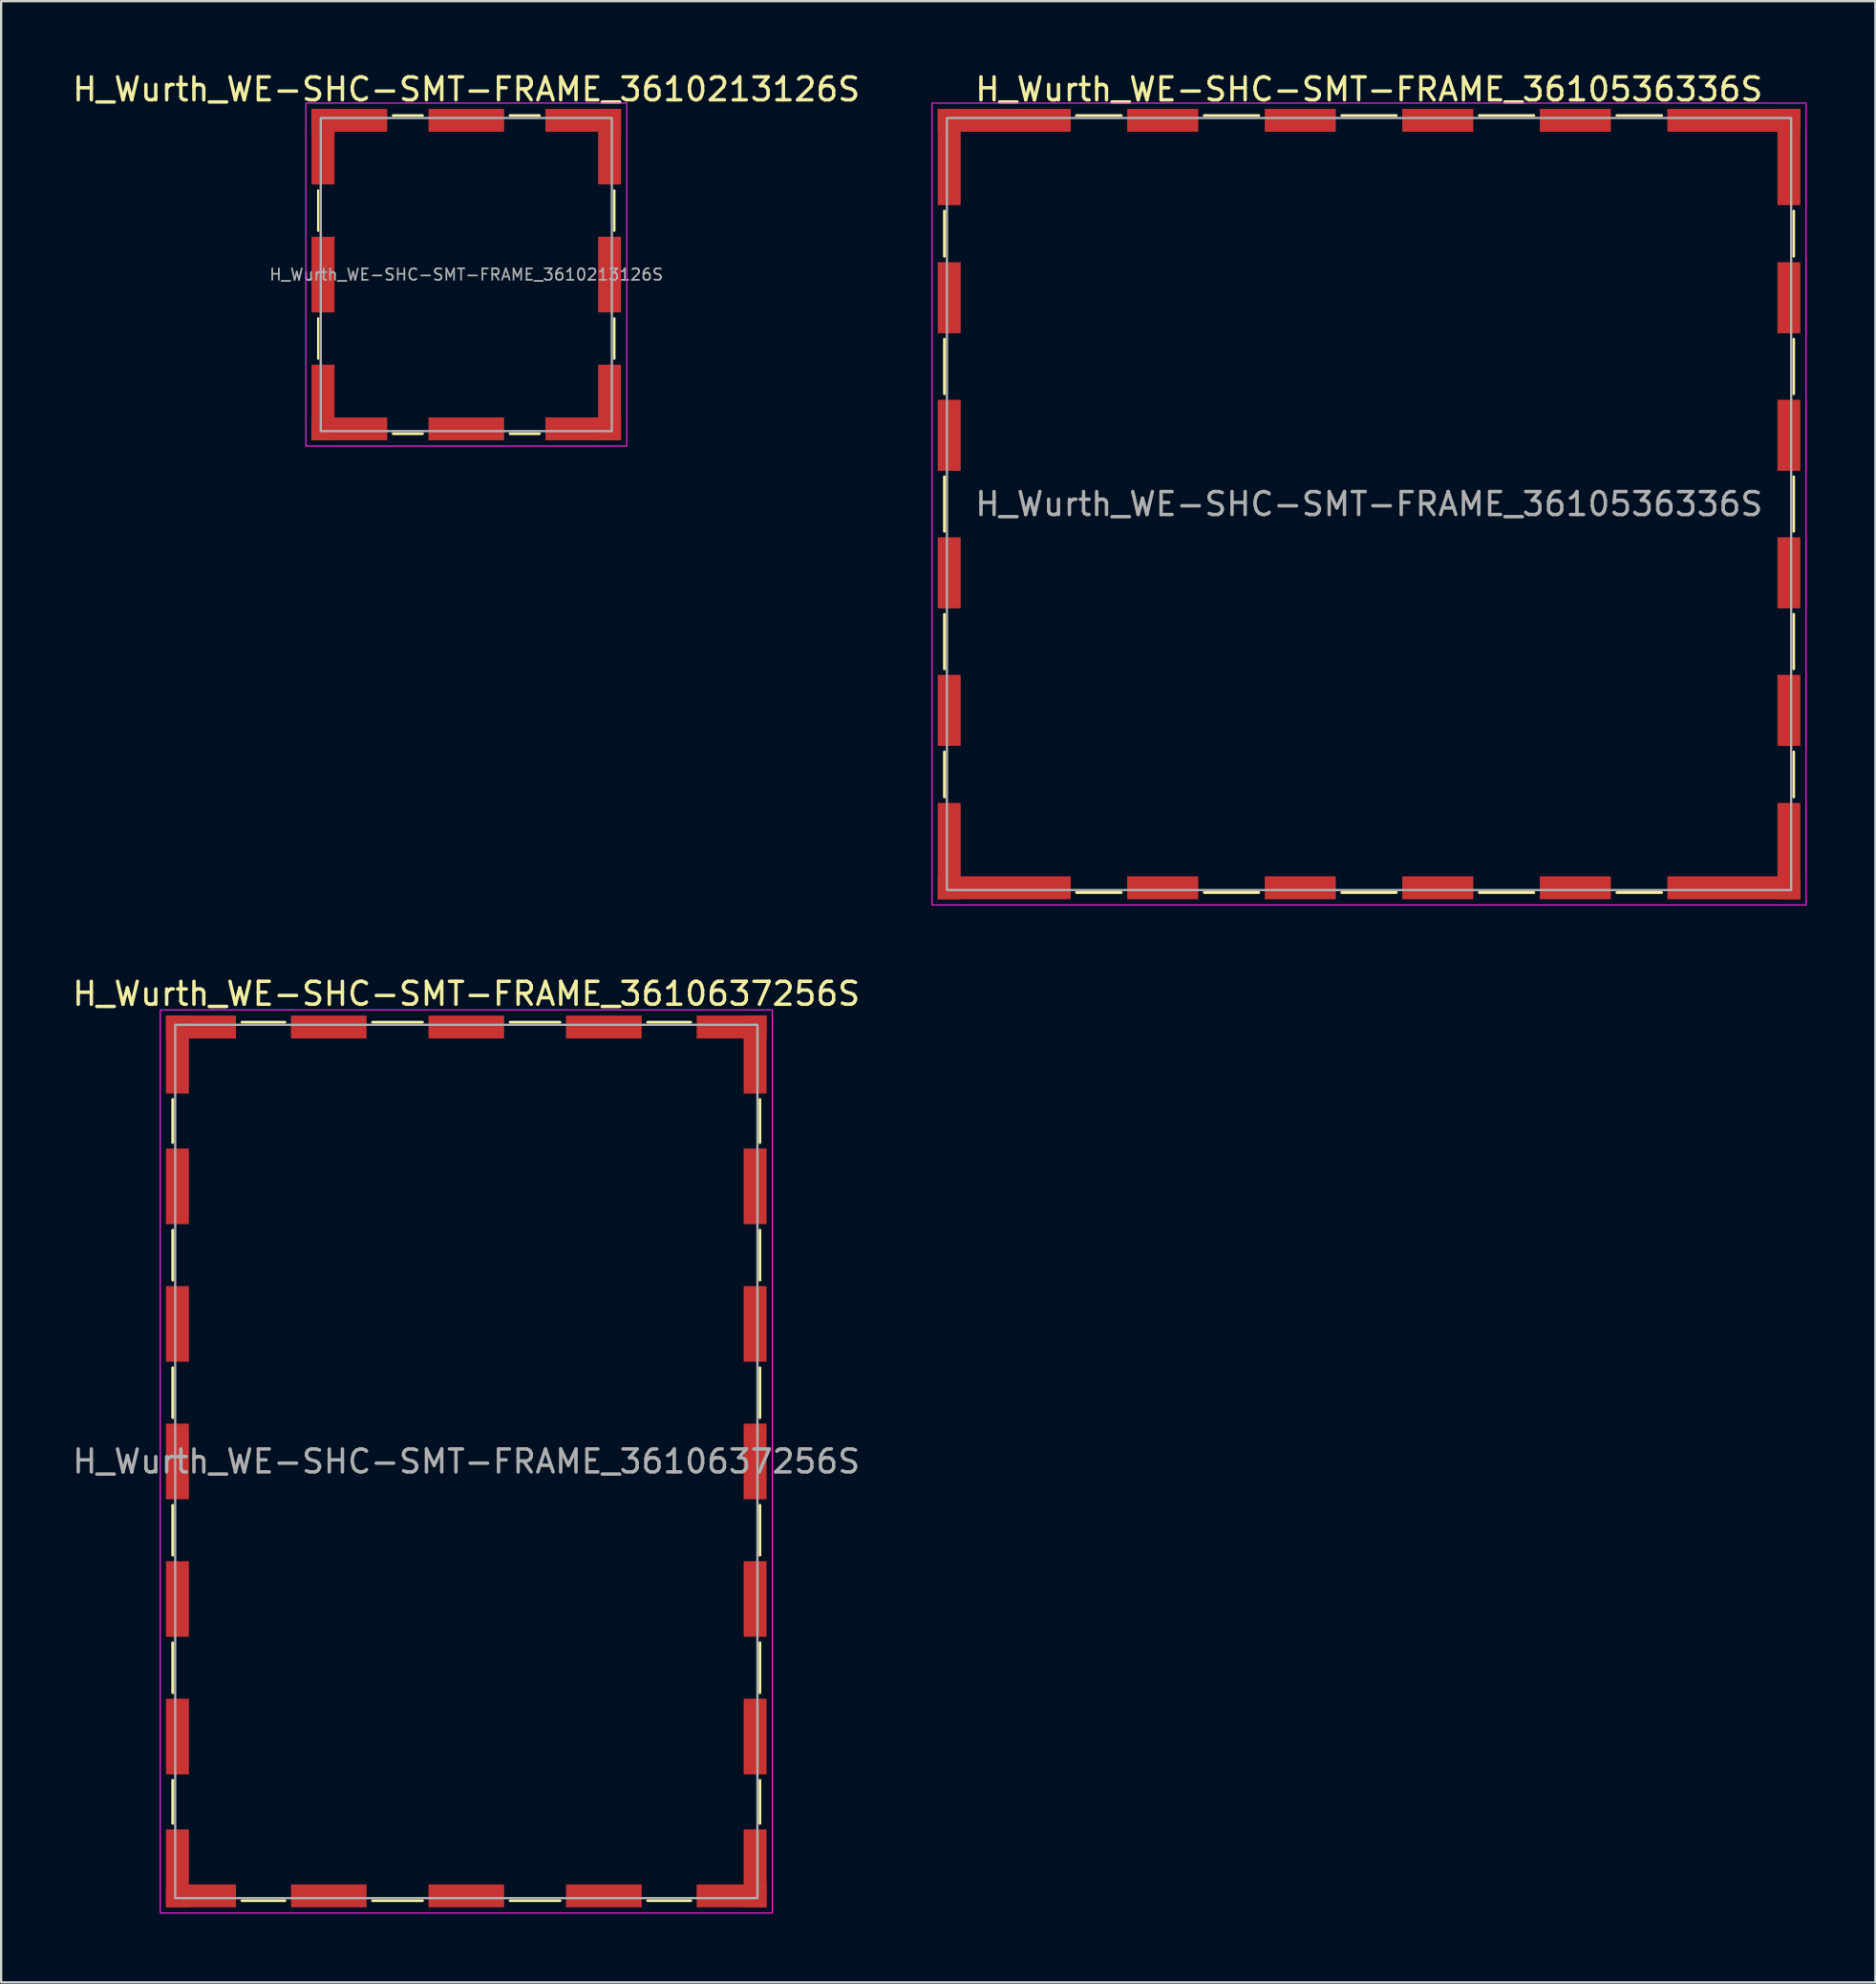
<source format=kicad_pcb>
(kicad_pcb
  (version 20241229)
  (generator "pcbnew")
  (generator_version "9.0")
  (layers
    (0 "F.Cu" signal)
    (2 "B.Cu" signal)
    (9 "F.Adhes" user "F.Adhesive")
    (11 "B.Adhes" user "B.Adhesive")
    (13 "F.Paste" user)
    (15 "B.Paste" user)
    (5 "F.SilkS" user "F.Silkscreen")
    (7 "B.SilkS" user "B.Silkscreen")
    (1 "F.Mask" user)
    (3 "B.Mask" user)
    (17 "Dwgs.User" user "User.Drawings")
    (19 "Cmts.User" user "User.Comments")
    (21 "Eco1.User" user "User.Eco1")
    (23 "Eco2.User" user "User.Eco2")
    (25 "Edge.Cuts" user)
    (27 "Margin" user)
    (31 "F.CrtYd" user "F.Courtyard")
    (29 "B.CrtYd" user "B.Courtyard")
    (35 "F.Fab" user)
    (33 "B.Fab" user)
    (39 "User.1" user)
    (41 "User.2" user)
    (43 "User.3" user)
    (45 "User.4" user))
  (footprint "H_Wurth_WE-SHC-SMT-FRAME_3610637256S"
    (layer "F.Cu")
    (at 17.292 60.702)
    (property "Reference" "H_Wurth_WE-SHC-SMT-FRAME_3610637256S" (at 0 -20.4 0) (unlocked yes) (layer "F.SilkS") (effects (font (size 1 1) (thickness 0.15))))
    (attr smd)
    (fp_line (start -12.81 -15.79) (end -12.81 -13.91) (stroke (width 0.12) (type default)) (layer "F.SilkS"))
    (fp_line (start -12.81 -7.91) (end -12.81 -10.09) (stroke (width 0.12) (type default)) (layer "F.SilkS"))
    (fp_line (start -12.81 -1.91) (end -12.81 -4.09) (stroke (width 0.12) (type default)) (layer "F.SilkS"))
    (fp_line (start -12.81 4.09) (end -12.81 1.91) (stroke (width 0.12) (type default)) (layer "F.SilkS"))
    (fp_line (start -12.81 10.09) (end -12.81 7.91) (stroke (width 0.12) (type default)) (layer "F.SilkS"))
    (fp_line (start -12.81 13.91) (end -12.81 15.79) (stroke (width 0.12) (type default)) (layer "F.SilkS"))
    (fp_line (start -9.79 -19.16) (end -7.91 -19.16) (stroke (width 0.12) (type default)) (layer "F.SilkS"))
    (fp_line (start -9.79 19.16) (end -7.91 19.16) (stroke (width 0.12) (type default)) (layer "F.SilkS"))
    (fp_line (start -1.91 -19.16) (end -4.09 -19.16) (stroke (width 0.12) (type default)) (layer "F.SilkS"))
    (fp_line (start -1.91 19.16) (end -4.09 19.16) (stroke (width 0.12) (type default)) (layer "F.SilkS"))
    (fp_line (start 4.09 -19.16) (end 1.91 -19.16) (stroke (width 0.12) (type default)) (layer "F.SilkS"))
    (fp_line (start 4.09 19.16) (end 1.91 19.16) (stroke (width 0.12) (type default)) (layer "F.SilkS"))
    (fp_line (start 7.91 -19.16) (end 9.79 -19.16) (stroke (width 0.12) (type default)) (layer "F.SilkS"))
    (fp_line (start 7.91 19.16) (end 9.79 19.16) (stroke (width 0.12) (type default)) (layer "F.SilkS"))
    (fp_line (start 12.81 -15.79) (end 12.81 -13.91) (stroke (width 0.12) (type default)) (layer "F.SilkS"))
    (fp_line (start 12.81 -7.91) (end 12.81 -10.09) (stroke (width 0.12) (type default)) (layer "F.SilkS"))
    (fp_line (start 12.81 -1.91) (end 12.81 -4.09) (stroke (width 0.12) (type default)) (layer "F.SilkS"))
    (fp_line (start 12.81 4.09) (end 12.81 1.91) (stroke (width 0.12) (type default)) (layer "F.SilkS"))
    (fp_line (start 12.81 10.09) (end 12.81 7.91) (stroke (width 0.12) (type default)) (layer "F.SilkS"))
    (fp_line (start 12.81 13.91) (end 12.81 15.79) (stroke (width 0.12) (type default)) (layer "F.SilkS"))
    (fp_rect (start 13.35 -19.7) (end -13.35 19.7) (stroke (width 0.05) (type solid)) (fill no) (layer "F.CrtYd"))
    (fp_rect (start 12.7 -19.05) (end -12.7 19.05) (stroke (width 0.1) (type solid)) (fill no) (layer "F.Fab"))
    (fp_text user "${REFERENCE}" (at 0 0 0) (unlocked yes) (layer "F.Fab") (effects (font (size 1 1) (thickness 0.15))))
    (pad "1" smd rect (at -12.6 -17.75 270) (size 3.4 1) (layers "F.Cu" "F.Mask" "F.Paste"))
    (pad "1" smd rect (at -12.6 -12 270) (size 3.3 1) (layers "F.Cu" "F.Mask" "F.Paste"))
    (pad "1" smd rect (at -12.6 -6 270) (size 3.3 1) (layers "F.Cu" "F.Mask" "F.Paste"))
    (pad "1" smd rect (at -12.6 0 270) (size 3.3 1) (layers "F.Cu" "F.Mask" "F.Paste"))
    (pad "1" smd rect (at -12.6 6 270) (size 3.3 1) (layers "F.Cu" "F.Mask" "F.Paste"))
    (pad "1" smd rect (at -12.6 12 270) (size 3.3 1) (layers "F.Cu" "F.Mask" "F.Paste"))
    (pad "1" smd rect (at -12.6 17.75 270) (size 3.4 1) (layers "F.Cu" "F.Mask" "F.Paste"))
    (pad "1" smd rect (at -11.575 -18.95 270) (size 1 3.05) (layers "F.Cu" "F.Mask" "F.Paste"))
    (pad "1" smd rect (at -11.575 18.95 270) (size 1 3.05) (layers "F.Cu" "F.Mask" "F.Paste"))
    (pad "1" smd rect (at -6 -18.95 270) (size 1 3.3) (layers "F.Cu" "F.Mask" "F.Paste"))
    (pad "1" smd rect (at -6 18.95 270) (size 1 3.3) (layers "F.Cu" "F.Mask" "F.Paste"))
    (pad "1" smd rect (at 0 -18.95 270) (size 1 3.3) (layers "F.Cu" "F.Mask" "F.Paste"))
    (pad "1" smd rect (at 0 18.95 270) (size 1 3.3) (layers "F.Cu" "F.Mask" "F.Paste"))
    (pad "1" smd rect (at 6 -18.95 270) (size 1 3.3) (layers "F.Cu" "F.Mask" "F.Paste"))
    (pad "1" smd rect (at 6 18.95 270) (size 1 3.3) (layers "F.Cu" "F.Mask" "F.Paste"))
    (pad "1" smd rect (at 11.575 -18.95 270) (size 1 3.05) (layers "F.Cu" "F.Mask" "F.Paste"))
    (pad "1" smd rect (at 11.575 18.95 270) (size 1 3.05) (layers "F.Cu" "F.Mask" "F.Paste"))
    (pad "1" smd rect (at 12.6 -17.75 270) (size 3.4 1) (layers "F.Cu" "F.Mask" "F.Paste"))
    (pad "1" smd rect (at 12.6 -12 270) (size 3.3 1) (layers "F.Cu" "F.Mask" "F.Paste"))
    (pad "1" smd rect (at 12.6 -6 270) (size 3.3 1) (layers "F.Cu" "F.Mask" "F.Paste"))
    (pad "1" smd rect (at 12.6 0 270) (size 3.3 1) (layers "F.Cu" "F.Mask" "F.Paste"))
    (pad "1" smd rect (at 12.6 6 270) (size 3.3 1) (layers "F.Cu" "F.Mask" "F.Paste"))
    (pad "1" smd rect (at 12.6 12 270) (size 3.3 1) (layers "F.Cu" "F.Mask" "F.Paste"))
    (pad "1" smd rect (at 12.6 17.75 270) (size 3.4 1) (layers "F.Cu" "F.Mask" "F.Paste")))
  (footprint "H_Wurth_WE-SHC-SMT-FRAME_3610536336S"
    (layer "F.Cu")
    (at 56.673 18.938)
    (property "Reference" "H_Wurth_WE-SHC-SMT-FRAME_3610536336S" (at 0 -18.09 0) (unlocked yes) (layer "F.SilkS") (effects (font (size 1 1) (thickness 0.15))))
    (attr smd)
    (fp_line (start -18.525 -10.81) (end -18.525 -12.78) (stroke (width 0.12) (type default)) (layer "F.SilkS"))
    (fp_line (start -18.525 -4.81) (end -18.525 -7.19) (stroke (width 0.12) (type default)) (layer "F.SilkS"))
    (fp_line (start -18.525 1.19) (end -18.525 -1.19) (stroke (width 0.12) (type default)) (layer "F.SilkS"))
    (fp_line (start -18.525 7.19) (end -18.525 4.81) (stroke (width 0.12) (type default)) (layer "F.SilkS"))
    (fp_line (start -18.525 12.78) (end -18.525 10.81) (stroke (width 0.12) (type default)) (layer "F.SilkS"))
    (fp_line (start -12.765 -16.95) (end -10.81 -16.95) (stroke (width 0.12) (type default)) (layer "F.SilkS"))
    (fp_line (start -12.765 16.95) (end -10.81 16.95) (stroke (width 0.12) (type default)) (layer "F.SilkS"))
    (fp_line (start -7.19 -16.95) (end -4.81 -16.95) (stroke (width 0.12) (type default)) (layer "F.SilkS"))
    (fp_line (start -7.19 16.95) (end -4.81 16.95) (stroke (width 0.12) (type default)) (layer "F.SilkS"))
    (fp_line (start -1.19 -16.95) (end 1.19 -16.95) (stroke (width 0.12) (type default)) (layer "F.SilkS"))
    (fp_line (start -1.19 16.95) (end 1.19 16.95) (stroke (width 0.12) (type default)) (layer "F.SilkS"))
    (fp_line (start 4.81 -16.95) (end 7.19 -16.95) (stroke (width 0.12) (type default)) (layer "F.SilkS"))
    (fp_line (start 4.81 16.95) (end 7.19 16.95) (stroke (width 0.12) (type default)) (layer "F.SilkS"))
    (fp_line (start 10.81 -16.95) (end 12.765 -16.95) (stroke (width 0.12) (type default)) (layer "F.SilkS"))
    (fp_line (start 10.81 16.95) (end 12.765 16.95) (stroke (width 0.12) (type default)) (layer "F.SilkS"))
    (fp_line (start 18.525 -10.81) (end 18.525 -12.78) (stroke (width 0.12) (type default)) (layer "F.SilkS"))
    (fp_line (start 18.525 -4.81) (end 18.525 -7.19) (stroke (width 0.12) (type default)) (layer "F.SilkS"))
    (fp_line (start 18.525 1.19) (end 18.525 -1.19) (stroke (width 0.12) (type default)) (layer "F.SilkS"))
    (fp_line (start 18.525 7.19) (end 18.525 4.81) (stroke (width 0.12) (type default)) (layer "F.SilkS"))
    (fp_line (start 18.525 12.78) (end 18.525 10.81) (stroke (width 0.12) (type default)) (layer "F.SilkS"))
    (fp_rect (start -19.065 -17.49) (end 19.065 17.49) (stroke (width 0.05) (type solid)) (fill no) (layer "F.CrtYd"))
    (fp_rect (start -18.415 -16.84) (end 18.415 16.84) (stroke (width 0.1) (type solid)) (fill no) (layer "F.Fab"))
    (fp_text user "${REFERENCE}" (at 0 0 0) (unlocked yes) (layer "F.Fab") (effects (font (size 1 1) (thickness 0.15))))
    (pad "1" smd rect (at -18.315 -15.14) (size 1 4.2) (layers "F.Cu" "F.Mask" "F.Paste"))
    (pad "1" smd rect (at -18.315 -9) (size 1 3.1) (layers "F.Cu" "F.Mask" "F.Paste"))
    (pad "1" smd rect (at -18.315 -3) (size 1 3.1) (layers "F.Cu" "F.Mask" "F.Paste"))
    (pad "1" smd rect (at -18.315 3) (size 1 3.1) (layers "F.Cu" "F.Mask" "F.Paste"))
    (pad "1" smd rect (at -18.315 9) (size 1 3.1) (layers "F.Cu" "F.Mask" "F.Paste"))
    (pad "1" smd rect (at -18.315 15.14) (size 1 4.2) (layers "F.Cu" "F.Mask" "F.Paste"))
    (pad "1" smd rect (at -15.915 -16.74) (size 5.8 1) (layers "F.Cu" "F.Mask" "F.Paste"))
    (pad "1" smd rect (at -15.915 16.74) (size 5.8 1) (layers "F.Cu" "F.Mask" "F.Paste"))
    (pad "1" smd rect (at -9 -16.74) (size 3.1 1) (layers "F.Cu" "F.Mask" "F.Paste"))
    (pad "1" smd rect (at -9 16.74) (size 3.1 1) (layers "F.Cu" "F.Mask" "F.Paste"))
    (pad "1" smd rect (at -3 -16.74) (size 3.1 1) (layers "F.Cu" "F.Mask" "F.Paste"))
    (pad "1" smd rect (at -3 16.74) (size 3.1 1) (layers "F.Cu" "F.Mask" "F.Paste"))
    (pad "1" smd rect (at 3 -16.74) (size 3.1 1) (layers "F.Cu" "F.Mask" "F.Paste"))
    (pad "1" smd rect (at 3 16.74) (size 3.1 1) (layers "F.Cu" "F.Mask" "F.Paste"))
    (pad "1" smd rect (at 9 -16.74) (size 3.1 1) (layers "F.Cu" "F.Mask" "F.Paste"))
    (pad "1" smd rect (at 9 16.74) (size 3.1 1) (layers "F.Cu" "F.Mask" "F.Paste"))
    (pad "1" smd rect (at 15.915 -16.74) (size 5.8 1) (layers "F.Cu" "F.Mask" "F.Paste"))
    (pad "1" smd rect (at 15.915 16.74) (size 5.8 1) (layers "F.Cu" "F.Mask" "F.Paste"))
    (pad "1" smd rect (at 18.315 -15.14) (size 1 4.2) (layers "F.Cu" "F.Mask" "F.Paste"))
    (pad "1" smd rect (at 18.315 -9) (size 1 3.1) (layers "F.Cu" "F.Mask" "F.Paste"))
    (pad "1" smd rect (at 18.315 -3) (size 1 3.1) (layers "F.Cu" "F.Mask" "F.Paste"))
    (pad "1" smd rect (at 18.315 3) (size 1 3.1) (layers "F.Cu" "F.Mask" "F.Paste"))
    (pad "1" smd rect (at 18.315 9) (size 1 3.1) (layers "F.Cu" "F.Mask" "F.Paste"))
    (pad "1" smd rect (at 18.315 15.14) (size 1 4.2) (layers "F.Cu" "F.Mask" "F.Paste")))
  (footprint "H_Wurth_WE-SHC-SMT-FRAME_3610213126S"
    (layer "F.Cu")
    (at 17.292 8.928)
    (property "Reference" "H_Wurth_WE-SHC-SMT-FRAME_3610213126S" (at 0 -8.08 0) (unlocked yes) (layer "F.SilkS") (effects (font (size 1 1) (thickness 0.15))))
    (attr smd)
    (fp_line (start -6.46 -1.91) (end -6.46 -3.67) (stroke (width 0.1) (type default)) (layer "F.SilkS"))
    (fp_line (start -6.46 1.91) (end -6.46 3.67) (stroke (width 0.1) (type default)) (layer "F.SilkS"))
    (fp_line (start -3.19 -6.94) (end -1.91 -6.94) (stroke (width 0.12) (type default)) (layer "F.SilkS"))
    (fp_line (start -3.19 6.94) (end -1.91 6.94) (stroke (width 0.12) (type default)) (layer "F.SilkS"))
    (fp_line (start 3.19 -6.94) (end 1.91 -6.94) (stroke (width 0.12) (type default)) (layer "F.SilkS"))
    (fp_line (start 3.19 6.94) (end 1.91 6.94) (stroke (width 0.12) (type default)) (layer "F.SilkS"))
    (fp_line (start 6.46 -1.91) (end 6.46 -3.67) (stroke (width 0.1) (type default)) (layer "F.SilkS"))
    (fp_line (start 6.46 1.91) (end 6.46 3.67) (stroke (width 0.1) (type default)) (layer "F.SilkS"))
    (fp_rect (start -7 -7.48) (end 7 7.48) (stroke (width 0.05) (type solid)) (fill no) (layer "F.CrtYd"))
    (fp_rect (start -6.35 -6.83) (end 6.35 6.83) (stroke (width 0.1) (type solid)) (fill no) (layer "F.Fab"))
    (fp_text user "${REFERENCE}" (at 0 0 0) (unlocked yes) (layer "F.Fab") (effects (font (size 0.5 0.5) (thickness 0.075))))
    (pad "1" smd rect (at -6.25 -5.58) (size 1 3.3) (layers "F.Cu" "F.Mask" "F.Paste"))
    (pad "1" smd rect (at -6.25 0) (size 1 3.3) (layers "F.Cu" "F.Mask" "F.Paste"))
    (pad "1" smd rect (at -6.25 5.58) (size 1 3.3) (layers "F.Cu" "F.Mask" "F.Paste"))
    (pad "1" smd rect (at -5.1 -6.73) (size 3.3 1) (layers "F.Cu" "F.Mask" "F.Paste"))
    (pad "1" smd rect (at -5.1 6.73) (size 3.3 1) (layers "F.Cu" "F.Mask" "F.Paste"))
    (pad "1" smd rect (at 0 -6.73) (size 3.3 1) (layers "F.Cu" "F.Mask" "F.Paste"))
    (pad "1" smd rect (at 0 6.73) (size 3.3 1) (layers "F.Cu" "F.Mask" "F.Paste"))
    (pad "1" smd rect (at 5.1 -6.73) (size 3.3 1) (layers "F.Cu" "F.Mask" "F.Paste"))
    (pad "1" smd rect (at 5.1 6.73) (size 3.3 1) (layers "F.Cu" "F.Mask" "F.Paste"))
    (pad "1" smd rect (at 6.25 -5.58) (size 1 3.3) (layers "F.Cu" "F.Mask" "F.Paste"))
    (pad "1" smd rect (at 6.25 0) (size 1 3.3) (layers "F.Cu" "F.Mask" "F.Paste"))
    (pad "1" smd rect (at 6.25 5.58) (size 1 3.3) (layers "F.Cu" "F.Mask" "F.Paste")))
  (gr_rect
    (start -3 -3)
    (end 78.763 83.427)
    (stroke (width 0.1) (type default))
    (fill no)
    (layer "Edge.Cuts")))
</source>
